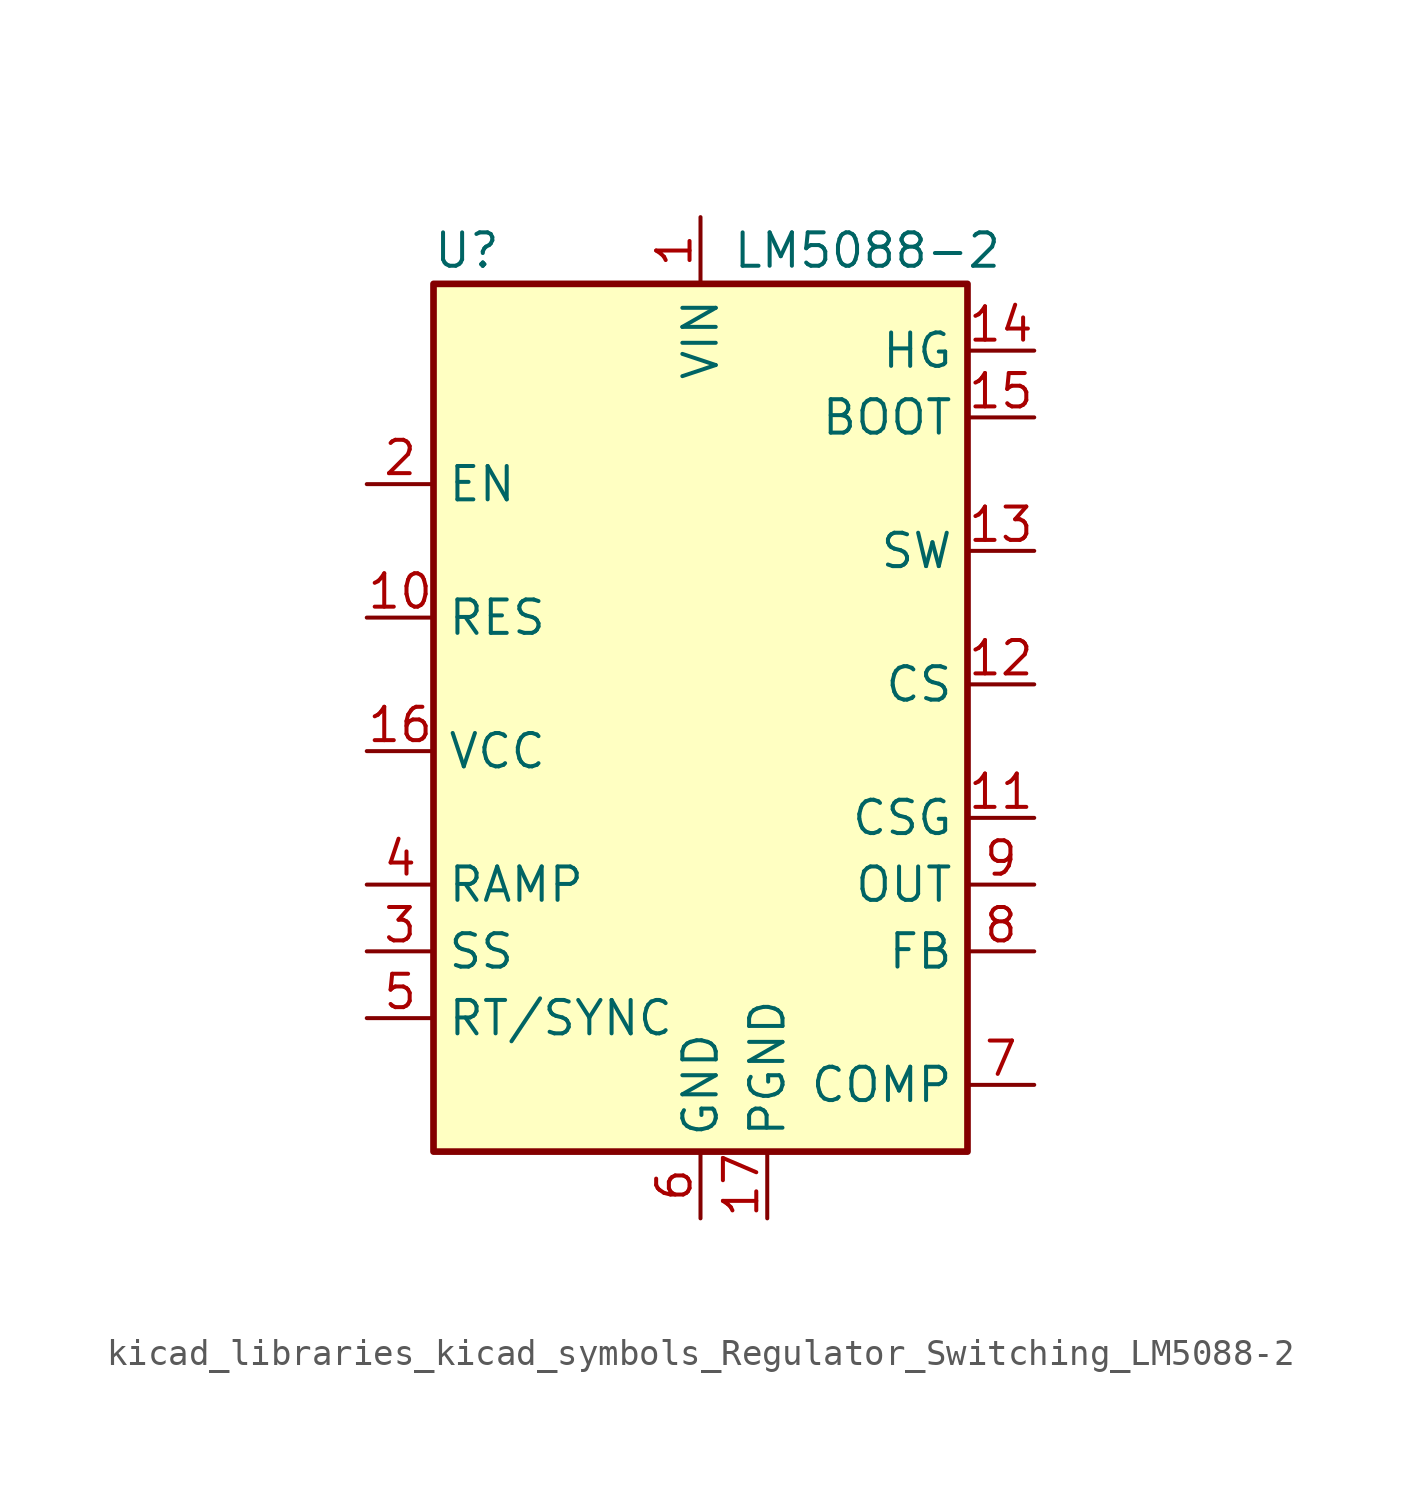
<source format=kicad_sym>
(kicad_symbol_lib
  (version 20220914)
  (generator kicad_symbol_editor)
  (symbol "kicad_libraries_kicad_symbols_Regulator_Switching_LM5088-2"
    (property "Reference" "U"
      (at -8.89 16.51 0)
      (effects (font (size 1.27 1.27))))
    (property "Value" "LM5088-2"
      (at 6.35 16.51 0)
      (effects (font (size 1.27 1.27))))
    (symbol "kicad_libraries_kicad_symbols_Regulator_Switching_LM5088-2_0_1"
      (rectangle (start -10.16 15.24) (end 10.16 -17.78) (stroke (width 0.254) (type default)) (fill (type background))))
    (symbol "kicad_libraries_kicad_symbols_Regulator_Switching_LM5088-2_1_1"
      (pin power_in line (at 0 17.78 270) (length 2.54) (name "VIN" (effects (font (size 1.27 1.27)))) (number "1" (effects (font (size 1.27 1.27)))))
      (pin passive line (at -12.7 2.54 0) (length 2.54) (name "RES" (effects (font (size 1.27 1.27)))) (number "10" (effects (font (size 1.27 1.27)))))
      (pin passive line (at 12.7 -5.08 180) (length 2.54) (name "CSG" (effects (font (size 1.27 1.27)))) (number "11" (effects (font (size 1.27 1.27)))))
      (pin input line (at 12.7 0 180) (length 2.54) (name "CS" (effects (font (size 1.27 1.27)))) (number "12" (effects (font (size 1.27 1.27)))))
      (pin output line (at 12.7 5.08 180) (length 2.54) (name "SW" (effects (font (size 1.27 1.27)))) (number "13" (effects (font (size 1.27 1.27)))))
      (pin output line (at 12.7 12.7 180) (length 2.54) (name "HG" (effects (font (size 1.27 1.27)))) (number "14" (effects (font (size 1.27 1.27)))))
      (pin passive line (at 12.7 10.16 180) (length 2.54) (name "BOOT" (effects (font (size 1.27 1.27)))) (number "15" (effects (font (size 1.27 1.27)))))
      (pin power_out line (at -12.7 -2.54 0) (length 2.54) (name "VCC" (effects (font (size 1.27 1.27)))) (number "16" (effects (font (size 1.27 1.27)))))
      (pin passive line (at 2.54 -20.32 90) (length 2.54) (name "PGND" (effects (font (size 1.27 1.27)))) (number "17" (effects (font (size 1.27 1.27)))))
      (pin input line (at -12.7 7.62 0) (length 2.54) (name "EN" (effects (font (size 1.27 1.27)))) (number "2" (effects (font (size 1.27 1.27)))))
      (pin input line (at -12.7 -10.16 0) (length 2.54) (name "SS" (effects (font (size 1.27 1.27)))) (number "3" (effects (font (size 1.27 1.27)))))
      (pin passive line (at -12.7 -7.62 0) (length 2.54) (name "RAMP" (effects (font (size 1.27 1.27)))) (number "4" (effects (font (size 1.27 1.27)))))
      (pin passive line (at -12.7 -12.7 0) (length 2.54) (name "RT/SYNC" (effects (font (size 1.27 1.27)))) (number "5" (effects (font (size 1.27 1.27)))))
      (pin power_in line (at 0 -20.32 90) (length 2.54) (name "GND" (effects (font (size 1.27 1.27)))) (number "6" (effects (font (size 1.27 1.27)))))
      (pin passive line (at 12.7 -15.24 180) (length 2.54) (name "COMP" (effects (font (size 1.27 1.27)))) (number "7" (effects (font (size 1.27 1.27)))))
      (pin input line (at 12.7 -10.16 180) (length 2.54) (name "FB" (effects (font (size 1.27 1.27)))) (number "8" (effects (font (size 1.27 1.27)))))
      (pin input line (at 12.7 -7.62 180) (length 2.54) (name "OUT" (effects (font (size 1.27 1.27)))) (number "9" (effects (font (size 1.27 1.27))))))))
</source>
